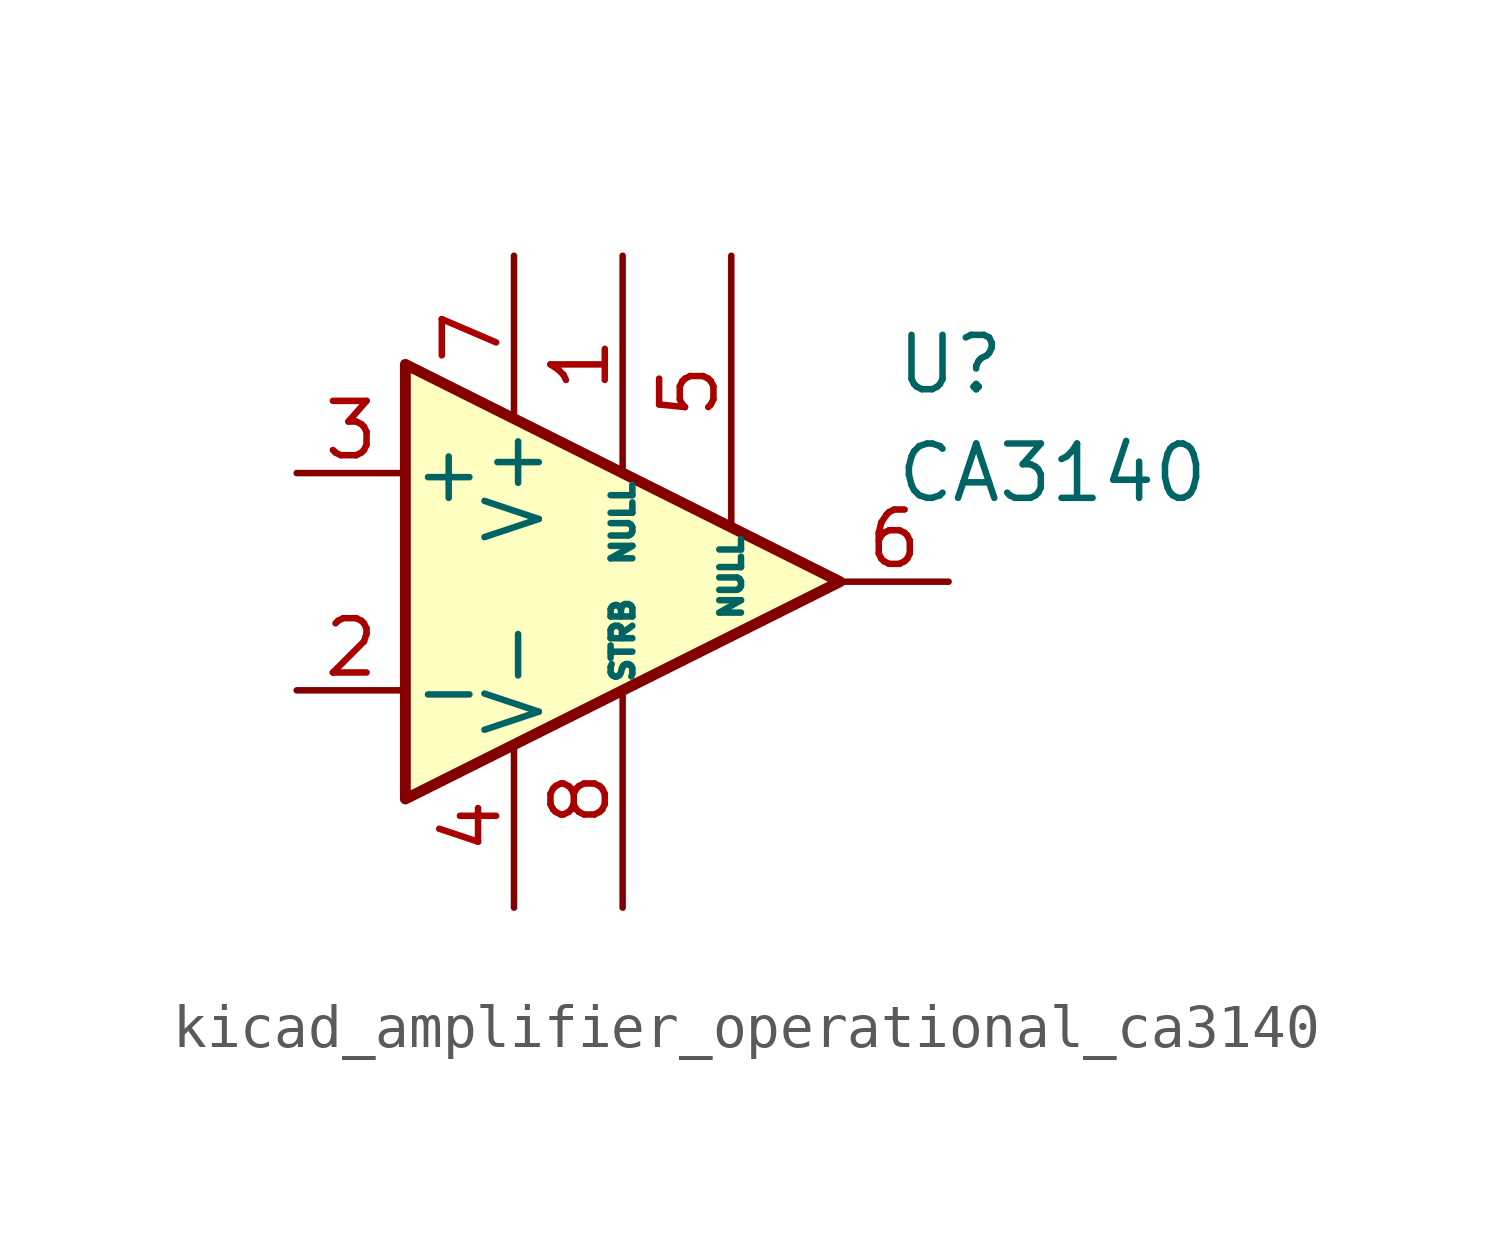
<source format=kicad_sym>
(kicad_symbol_lib
  (version 20220914)
  (generator kicad_symbol_editor)
  (symbol "kicad_amplifier_operational_ca3140"
    (pin_names
      (offset 0.127))
    (property "Reference" "U"
      (at 6.35 5.08 0)
      (effects (font (size 1.27 1.27)) (justify left)))
    (property "Value" "CA3140"
      (at 6.35 2.54 0)
      (effects (font (size 1.27 1.27)) (justify left)))
    (symbol "kicad_amplifier_operational_ca3140_0_1"
      (polyline (pts (xy -5.08 5.08) (xy 5.08 0) (xy -5.08 -5.08) (xy -5.08 5.08)) (stroke (width 0.254) (type default)) (fill (type background))))
    (symbol "kicad_amplifier_operational_ca3140_1_1"
      (pin passive line (at 0 7.62 270) (length 5.08) (name "NULL" (effects (font (size 0.508 0.508)))) (number "1" (effects (font (size 1.27 1.27)))))
      (pin input line (at -7.62 -2.54 0) (length 2.54) (name "-" (effects (font (size 1.27 1.27)))) (number "2" (effects (font (size 1.27 1.27)))))
      (pin input line (at -7.62 2.54 0) (length 2.54) (name "+" (effects (font (size 1.27 1.27)))) (number "3" (effects (font (size 1.27 1.27)))))
      (pin power_in line (at -2.54 -7.62 90) (length 3.81) (name "V-" (effects (font (size 1.27 1.27)))) (number "4" (effects (font (size 1.27 1.27)))))
      (pin passive line (at 2.54 7.62 270) (length 6.35) (name "NULL" (effects (font (size 0.508 0.508)))) (number "5" (effects (font (size 1.27 1.27)))))
      (pin output line (at 7.62 0 180) (length 2.54) (name "~" (effects (font (size 1.27 1.27)))) (number "6" (effects (font (size 1.27 1.27)))))
      (pin power_in line (at -2.54 7.62 270) (length 3.81) (name "V+" (effects (font (size 1.27 1.27)))) (number "7" (effects (font (size 1.27 1.27)))))
      (pin passive line (at 0 -7.62 90) (length 5.08) (name "STRB" (effects (font (size 0.508 0.508)))) (number "8" (effects (font (size 1.27 1.27))))))))
</source>
